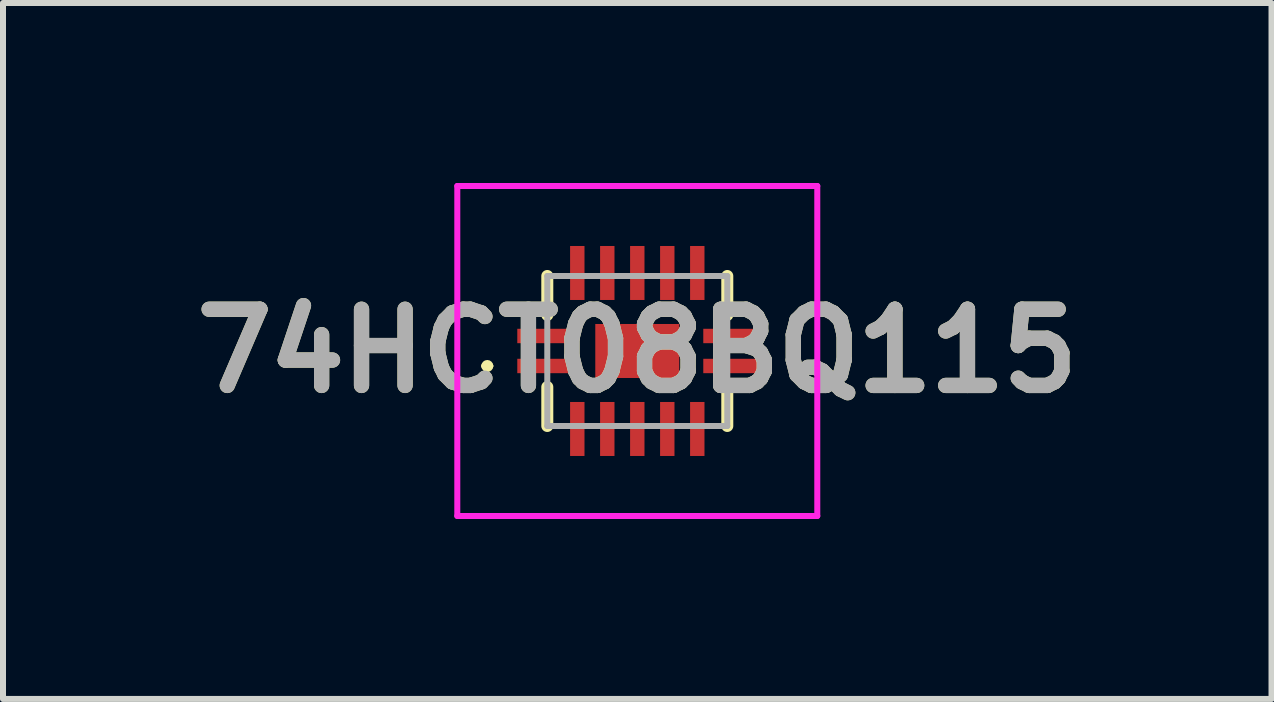
<source format=kicad_pcb>
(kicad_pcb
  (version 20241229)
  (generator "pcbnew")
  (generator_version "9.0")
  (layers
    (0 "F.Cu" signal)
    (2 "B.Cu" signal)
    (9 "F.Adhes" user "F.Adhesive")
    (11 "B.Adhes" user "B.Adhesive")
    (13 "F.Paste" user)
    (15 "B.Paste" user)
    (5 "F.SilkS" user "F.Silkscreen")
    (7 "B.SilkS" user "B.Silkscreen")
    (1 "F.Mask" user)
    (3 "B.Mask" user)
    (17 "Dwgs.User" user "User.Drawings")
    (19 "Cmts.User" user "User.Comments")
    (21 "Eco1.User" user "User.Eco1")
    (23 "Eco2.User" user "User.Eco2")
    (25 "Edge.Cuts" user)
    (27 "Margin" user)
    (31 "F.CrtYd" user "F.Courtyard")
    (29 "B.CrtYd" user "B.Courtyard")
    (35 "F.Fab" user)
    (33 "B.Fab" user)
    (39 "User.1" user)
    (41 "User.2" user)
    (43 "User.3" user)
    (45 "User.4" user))
  (footprint "74HCT08BQ115"
    (layer "F.Cu")
    (at 7.572 2.8)
    (property "Reference" "74HCT08BQ115" (at 0 0 0) (layer "F.SilkS") (effects (font (size 1.27 1.27) (thickness 0.254))))
    (attr smd)
    (fp_line (start -2.55 0.25) (end -2.55 0.25) (stroke (width 0.1) (type solid)) (layer "F.SilkS"))
    (fp_line (start -2.45 0.25) (end -2.45 0.25) (stroke (width 0.1) (type solid)) (layer "F.SilkS"))
    (fp_line (start -1.5 -0.6) (end -1.5 -1.25) (stroke (width 0.2) (type solid)) (layer "F.SilkS"))
    (fp_line (start -1.5 0.6) (end -1.5 1.25) (stroke (width 0.2) (type solid)) (layer "F.SilkS"))
    (fp_line (start 1.5 -0.6) (end 1.5 -1.25) (stroke (width 0.2) (type solid)) (layer "F.SilkS"))
    (fp_line (start 1.5 1.25) (end 1.5 0.6) (stroke (width 0.2) (type solid)) (layer "F.SilkS"))
    (fp_arc (start -2.55 0.25) (mid -2.5 0.2) (end -2.45 0.25) (stroke (width 0.1) (type solid)) (layer "F.SilkS"))
    (fp_arc (start -2.45 0.25) (mid -2.5 0.3) (end -2.55 0.25) (stroke (width 0.1) (type solid)) (layer "F.SilkS"))
    (fp_line (start -3 -2.75) (end 3 -2.75) (stroke (width 0.1) (type solid)) (layer "F.CrtYd"))
    (fp_line (start -3 2.75) (end -3 -2.75) (stroke (width 0.1) (type solid)) (layer "F.CrtYd"))
    (fp_line (start 3 -2.75) (end 3 2.75) (stroke (width 0.1) (type solid)) (layer "F.CrtYd"))
    (fp_line (start 3 2.75) (end -3 2.75) (stroke (width 0.1) (type solid)) (layer "F.CrtYd"))
    (fp_line (start -1.5 -1.25) (end 1.5 -1.25) (stroke (width 0.1) (type solid)) (layer "F.Fab"))
    (fp_line (start -1.5 1.25) (end -1.5 -1.25) (stroke (width 0.1) (type solid)) (layer "F.Fab"))
    (fp_line (start 1.5 -1.25) (end 1.5 1.25) (stroke (width 0.1) (type solid)) (layer "F.Fab"))
    (fp_line (start 1.5 1.25) (end -1.5 1.25) (stroke (width 0.1) (type solid)) (layer "F.Fab"))
    (fp_text user "${REFERENCE}" (at 0 0 0) (layer "F.Fab") (effects (font (size 1.27 1.27) (thickness 0.254))))
    (pad "1" smd rect (at -1.55 0.25 90) (size 0.24 0.9) (layers "F.Cu" "F.Mask" "F.Paste"))
    (pad "2" smd rect (at -1 1.3) (size 0.24 0.9) (layers "F.Cu" "F.Mask" "F.Paste"))
    (pad "3" smd rect (at -0.5 1.3) (size 0.24 0.9) (layers "F.Cu" "F.Mask" "F.Paste"))
    (pad "4" smd rect (at 0 1.3) (size 0.24 0.9) (layers "F.Cu" "F.Mask" "F.Paste"))
    (pad "5" smd rect (at 0.5 1.3) (size 0.24 0.9) (layers "F.Cu" "F.Mask" "F.Paste"))
    (pad "6" smd rect (at 1 1.3) (size 0.24 0.9) (layers "F.Cu" "F.Mask" "F.Paste"))
    (pad "7" smd rect (at 1.55 0.25 90) (size 0.24 0.9) (layers "F.Cu" "F.Mask" "F.Paste"))
    (pad "8" smd rect (at 1.55 -0.25 90) (size 0.24 0.9) (layers "F.Cu" "F.Mask" "F.Paste"))
    (pad "9" smd rect (at 1 -1.3) (size 0.24 0.9) (layers "F.Cu" "F.Mask" "F.Paste"))
    (pad "10" smd rect (at 0.5 -1.3) (size 0.24 0.9) (layers "F.Cu" "F.Mask" "F.Paste"))
    (pad "11" smd rect (at 0 -1.3) (size 0.24 0.9) (layers "F.Cu" "F.Mask" "F.Paste"))
    (pad "12" smd rect (at -0.5 -1.3) (size 0.24 0.9) (layers "F.Cu" "F.Mask" "F.Paste"))
    (pad "13" smd rect (at -1 -1.3) (size 0.24 0.9) (layers "F.Cu" "F.Mask" "F.Paste"))
    (pad "14" smd rect (at -1.55 -0.25 90) (size 0.24 0.9) (layers "F.Cu" "F.Mask" "F.Paste"))
    (pad "15" smd rect (at 0 0 90) (size 0.9 1.4) (layers "F.Cu" "F.Mask" "F.Paste")))
  (gr_rect
    (start -3 -3)
    (end 18.143 8.6)
    (stroke (width 0.1) (type default))
    (fill no)
    (layer "Edge.Cuts")))
</source>
